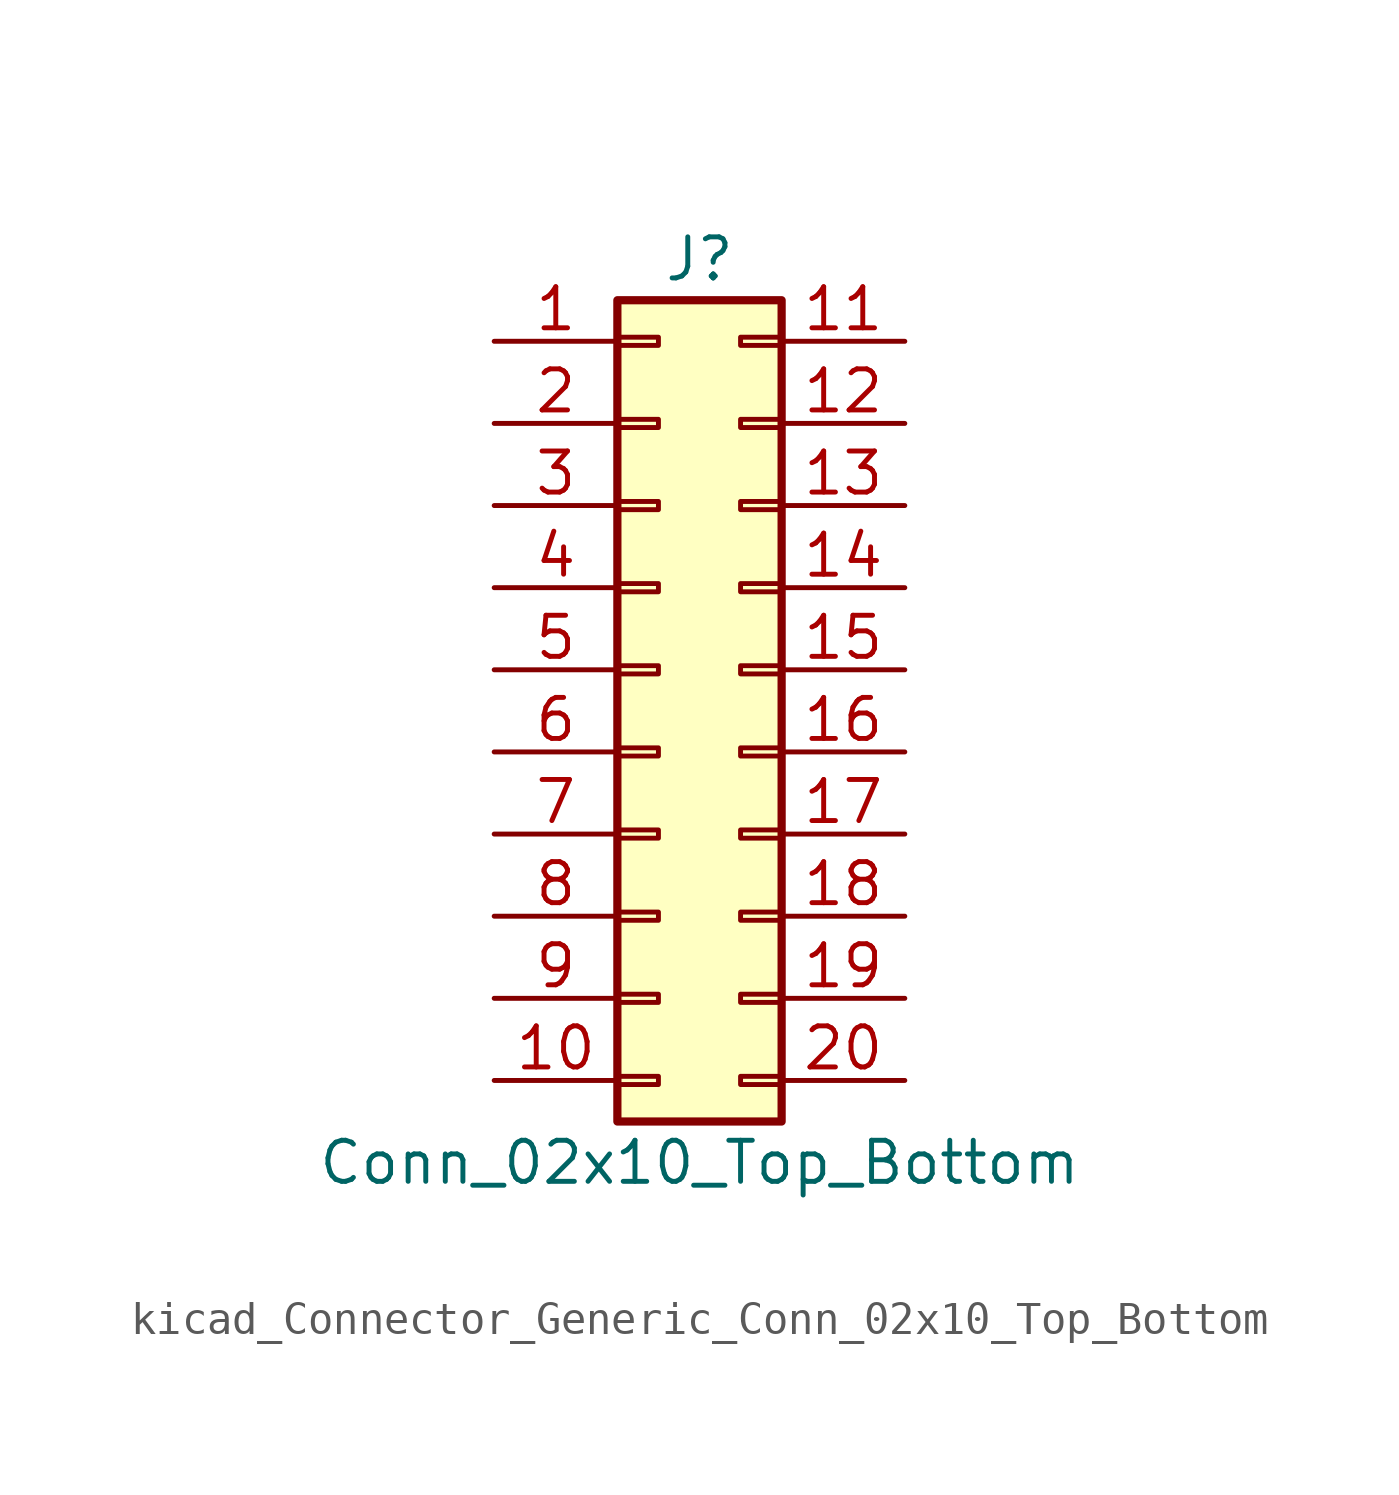
<source format=kicad_sym>
(kicad_symbol_lib
  (version 20220914)
  (generator kicad_symbol_editor)
  (symbol "kicad_Connector_Generic_Conn_02x10_Top_Bottom"
    (pin_names
      (offset 1.016) hide)
    (property "Reference" "J"
      (at 1.27 12.7 0)
      (effects (font (size 1.27 1.27))))
    (property "Value" "Conn_02x10_Top_Bottom"
      (at 1.27 -15.24 0)
      (effects (font (size 1.27 1.27))))
    (symbol "kicad_Connector_Generic_Conn_02x10_Top_Bottom_1_1"
      (rectangle (start -1.27 -12.573) (end 0 -12.827) (stroke (width 0.152) (type default)) (fill (type none)))
      (rectangle (start -1.27 -10.033) (end 0 -10.287) (stroke (width 0.152) (type default)) (fill (type none)))
      (rectangle (start -1.27 -7.493) (end 0 -7.747) (stroke (width 0.152) (type default)) (fill (type none)))
      (rectangle (start -1.27 -4.953) (end 0 -5.207) (stroke (width 0.152) (type default)) (fill (type none)))
      (rectangle (start -1.27 -2.413) (end 0 -2.667) (stroke (width 0.152) (type default)) (fill (type none)))
      (rectangle (start -1.27 0.127) (end 0 -0.127) (stroke (width 0.152) (type default)) (fill (type none)))
      (rectangle (start -1.27 2.667) (end 0 2.413) (stroke (width 0.152) (type default)) (fill (type none)))
      (rectangle (start -1.27 5.207) (end 0 4.953) (stroke (width 0.152) (type default)) (fill (type none)))
      (rectangle (start -1.27 7.747) (end 0 7.493) (stroke (width 0.152) (type default)) (fill (type none)))
      (rectangle (start -1.27 10.287) (end 0 10.033) (stroke (width 0.152) (type default)) (fill (type none)))
      (rectangle (start -1.27 11.43) (end 3.81 -13.97) (stroke (width 0.254) (type default)) (fill (type background)))
      (rectangle (start 3.81 -12.573) (end 2.54 -12.827) (stroke (width 0.152) (type default)) (fill (type none)))
      (rectangle (start 3.81 -10.033) (end 2.54 -10.287) (stroke (width 0.152) (type default)) (fill (type none)))
      (rectangle (start 3.81 -7.493) (end 2.54 -7.747) (stroke (width 0.152) (type default)) (fill (type none)))
      (rectangle (start 3.81 -4.953) (end 2.54 -5.207) (stroke (width 0.152) (type default)) (fill (type none)))
      (rectangle (start 3.81 -2.413) (end 2.54 -2.667) (stroke (width 0.152) (type default)) (fill (type none)))
      (rectangle (start 3.81 0.127) (end 2.54 -0.127) (stroke (width 0.152) (type default)) (fill (type none)))
      (rectangle (start 3.81 2.667) (end 2.54 2.413) (stroke (width 0.152) (type default)) (fill (type none)))
      (rectangle (start 3.81 5.207) (end 2.54 4.953) (stroke (width 0.152) (type default)) (fill (type none)))
      (rectangle (start 3.81 7.747) (end 2.54 7.493) (stroke (width 0.152) (type default)) (fill (type none)))
      (rectangle (start 3.81 10.287) (end 2.54 10.033) (stroke (width 0.152) (type default)) (fill (type none)))
      (pin passive line (at -5.08 10.16 0) (length 3.81) (name "Pin_1" (effects (font (size 1.27 1.27)))) (number "1" (effects (font (size 1.27 1.27)))))
      (pin passive line (at -5.08 -12.7 0) (length 3.81) (name "Pin_10" (effects (font (size 1.27 1.27)))) (number "10" (effects (font (size 1.27 1.27)))))
      (pin passive line (at 7.62 10.16 180) (length 3.81) (name "Pin_11" (effects (font (size 1.27 1.27)))) (number "11" (effects (font (size 1.27 1.27)))))
      (pin passive line (at 7.62 7.62 180) (length 3.81) (name "Pin_12" (effects (font (size 1.27 1.27)))) (number "12" (effects (font (size 1.27 1.27)))))
      (pin passive line (at 7.62 5.08 180) (length 3.81) (name "Pin_13" (effects (font (size 1.27 1.27)))) (number "13" (effects (font (size 1.27 1.27)))))
      (pin passive line (at 7.62 2.54 180) (length 3.81) (name "Pin_14" (effects (font (size 1.27 1.27)))) (number "14" (effects (font (size 1.27 1.27)))))
      (pin passive line (at 7.62 0 180) (length 3.81) (name "Pin_15" (effects (font (size 1.27 1.27)))) (number "15" (effects (font (size 1.27 1.27)))))
      (pin passive line (at 7.62 -2.54 180) (length 3.81) (name "Pin_16" (effects (font (size 1.27 1.27)))) (number "16" (effects (font (size 1.27 1.27)))))
      (pin passive line (at 7.62 -5.08 180) (length 3.81) (name "Pin_17" (effects (font (size 1.27 1.27)))) (number "17" (effects (font (size 1.27 1.27)))))
      (pin passive line (at 7.62 -7.62 180) (length 3.81) (name "Pin_18" (effects (font (size 1.27 1.27)))) (number "18" (effects (font (size 1.27 1.27)))))
      (pin passive line (at 7.62 -10.16 180) (length 3.81) (name "Pin_19" (effects (font (size 1.27 1.27)))) (number "19" (effects (font (size 1.27 1.27)))))
      (pin passive line (at -5.08 7.62 0) (length 3.81) (name "Pin_2" (effects (font (size 1.27 1.27)))) (number "2" (effects (font (size 1.27 1.27)))))
      (pin passive line (at 7.62 -12.7 180) (length 3.81) (name "Pin_20" (effects (font (size 1.27 1.27)))) (number "20" (effects (font (size 1.27 1.27)))))
      (pin passive line (at -5.08 5.08 0) (length 3.81) (name "Pin_3" (effects (font (size 1.27 1.27)))) (number "3" (effects (font (size 1.27 1.27)))))
      (pin passive line (at -5.08 2.54 0) (length 3.81) (name "Pin_4" (effects (font (size 1.27 1.27)))) (number "4" (effects (font (size 1.27 1.27)))))
      (pin passive line (at -5.08 0 0) (length 3.81) (name "Pin_5" (effects (font (size 1.27 1.27)))) (number "5" (effects (font (size 1.27 1.27)))))
      (pin passive line (at -5.08 -2.54 0) (length 3.81) (name "Pin_6" (effects (font (size 1.27 1.27)))) (number "6" (effects (font (size 1.27 1.27)))))
      (pin passive line (at -5.08 -5.08 0) (length 3.81) (name "Pin_7" (effects (font (size 1.27 1.27)))) (number "7" (effects (font (size 1.27 1.27)))))
      (pin passive line (at -5.08 -7.62 0) (length 3.81) (name "Pin_8" (effects (font (size 1.27 1.27)))) (number "8" (effects (font (size 1.27 1.27)))))
      (pin passive line (at -5.08 -10.16 0) (length 3.81) (name "Pin_9" (effects (font (size 1.27 1.27)))) (number "9" (effects (font (size 1.27 1.27))))))))
</source>
